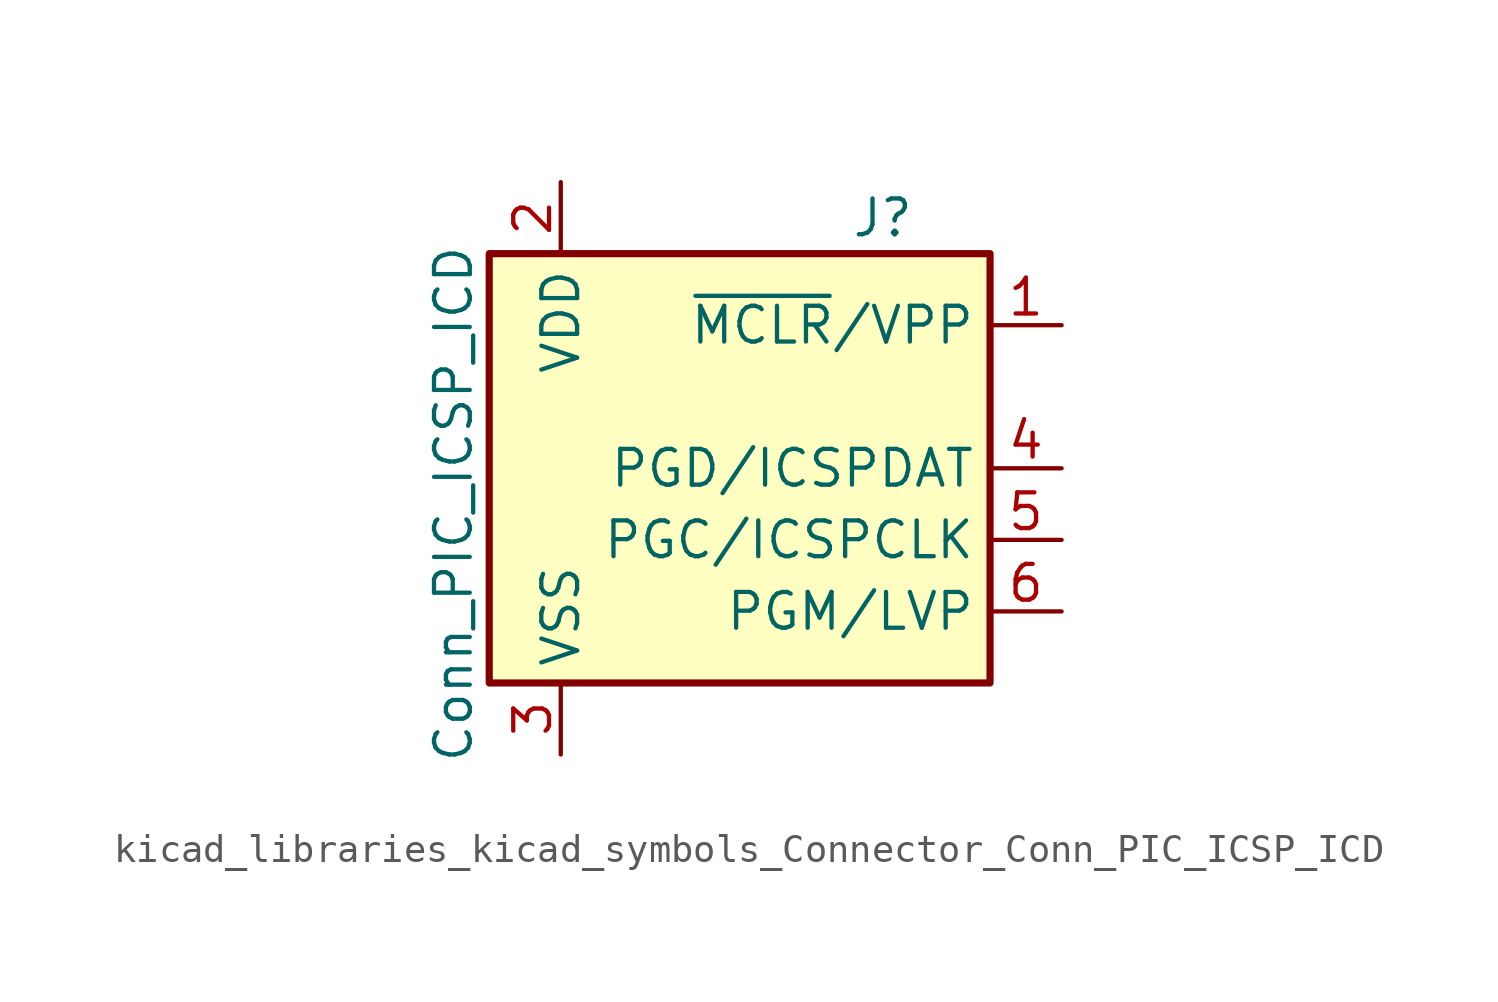
<source format=kicad_sym>
(kicad_symbol_lib
  (version 20220914)
  (generator kicad_symbol_editor)
  (symbol "kicad_libraries_kicad_symbols_Connector_Conn_PIC_ICSP_ICD"
    (property "Reference" "J"
      (at 6.35 8.89 0)
      (effects (font (size 1.27 1.27))))
    (property "Value" "Conn_PIC_ICSP_ICD"
      (at -8.89 -1.27 90)
      (effects (font (size 1.27 1.27))))
    (symbol "kicad_libraries_kicad_symbols_Connector_Conn_PIC_ICSP_ICD_0_1"
      (rectangle (start -7.62 7.62) (end 10.16 -7.62) (stroke (width 0.254) (type default)) (fill (type background))))
    (symbol "kicad_libraries_kicad_symbols_Connector_Conn_PIC_ICSP_ICD_1_1"
      (pin passive line (at 12.7 5.08 180) (length 2.54) (name "~{MCLR}/VPP" (effects (font (size 1.27 1.27)))) (number "1" (effects (font (size 1.27 1.27)))))
      (pin passive line (at -5.08 10.16 270) (length 2.54) (name "VDD" (effects (font (size 1.27 1.27)))) (number "2" (effects (font (size 1.27 1.27)))))
      (pin power_in line (at -5.08 -10.16 90) (length 2.54) (name "VSS" (effects (font (size 1.27 1.27)))) (number "3" (effects (font (size 1.27 1.27)))))
      (pin bidirectional line (at 12.7 0 180) (length 2.54) (name "PGD/ICSPDAT" (effects (font (size 1.27 1.27)))) (number "4" (effects (font (size 1.27 1.27)))))
      (pin output line (at 12.7 -2.54 180) (length 2.54) (name "PGC/ICSPCLK" (effects (font (size 1.27 1.27)))) (number "5" (effects (font (size 1.27 1.27)))))
      (pin output line (at 12.7 -5.08 180) (length 2.54) (name "PGM/LVP" (effects (font (size 1.27 1.27)))) (number "6" (effects (font (size 1.27 1.27))))))))
</source>
